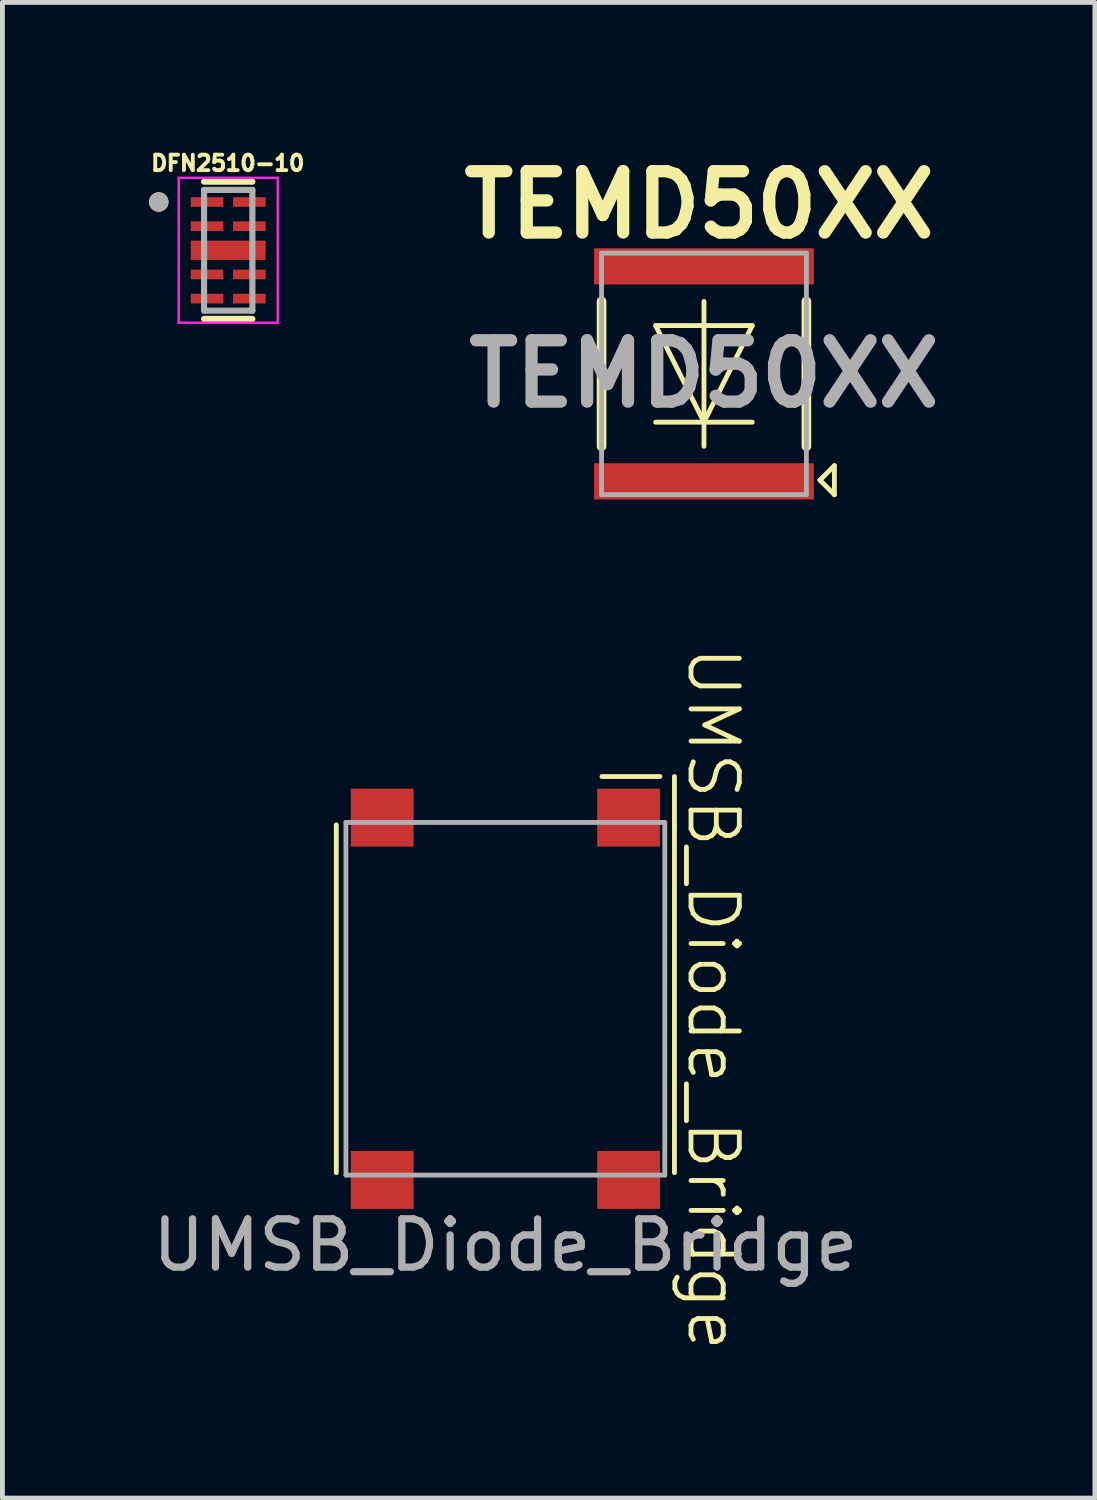
<source format=kicad_pcb>
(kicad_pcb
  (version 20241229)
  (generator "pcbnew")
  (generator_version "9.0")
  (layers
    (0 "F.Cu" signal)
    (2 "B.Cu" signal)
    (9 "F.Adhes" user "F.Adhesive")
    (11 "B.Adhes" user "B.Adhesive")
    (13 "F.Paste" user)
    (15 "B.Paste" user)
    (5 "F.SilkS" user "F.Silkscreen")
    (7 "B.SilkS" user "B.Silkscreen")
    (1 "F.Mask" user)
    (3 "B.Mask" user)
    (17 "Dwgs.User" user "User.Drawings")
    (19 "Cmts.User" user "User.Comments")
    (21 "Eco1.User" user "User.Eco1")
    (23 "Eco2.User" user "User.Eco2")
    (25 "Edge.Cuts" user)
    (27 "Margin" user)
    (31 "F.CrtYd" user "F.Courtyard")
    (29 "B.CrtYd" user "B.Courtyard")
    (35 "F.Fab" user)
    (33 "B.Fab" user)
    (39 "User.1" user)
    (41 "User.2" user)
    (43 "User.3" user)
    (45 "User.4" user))
  (footprint "DFN2510-10"
    (layer "F.Cu")
    (at 1.674 2.131)
    (property "Reference" "DFN2510-10" (at -0.009 -1.803 0) (layer "F.SilkS") (effects (font (size 0.32 0.32) (thickness 0.15))))
    (attr smd)
    (fp_line (start -0.5 -1.42) (end 0.5 -1.42) (stroke (width 0.127) (type solid)) (layer "F.SilkS"))
    (fp_line (start 0.5 1.42) (end -0.5 1.42) (stroke (width 0.127) (type solid)) (layer "F.SilkS"))
    (fp_circle (center -1.438 -1) (end -1.337 -1) (stroke (width 0.2) (type solid)) (fill no) (layer "F.SilkS"))
    (fp_line (start -1.025 -1.5) (end -1.025 1.5) (stroke (width 0.05) (type solid)) (layer "F.CrtYd"))
    (fp_line (start -1.025 1.5) (end 1.025 1.5) (stroke (width 0.05) (type solid)) (layer "F.CrtYd"))
    (fp_line (start 1.025 -1.5) (end -1.025 -1.5) (stroke (width 0.05) (type solid)) (layer "F.CrtYd"))
    (fp_line (start 1.025 1.5) (end 1.025 -1.5) (stroke (width 0.05) (type solid)) (layer "F.CrtYd"))
    (fp_line (start -0.5 -1.25) (end 0.5 -1.25) (stroke (width 0.127) (type solid)) (layer "F.Fab"))
    (fp_line (start -0.5 1.25) (end -0.5 -1.25) (stroke (width 0.127) (type solid)) (layer "F.Fab"))
    (fp_line (start 0.5 -1.25) (end 0.5 1.25) (stroke (width 0.127) (type solid)) (layer "F.Fab"))
    (fp_line (start 0.5 1.25) (end -0.5 1.25) (stroke (width 0.127) (type solid)) (layer "F.Fab"))
    (fp_circle (center -1.438 -1) (end -1.337 -1) (stroke (width 0.2) (type solid)) (fill no) (layer "F.Fab"))
    (pad "1" smd rect (at -0.438 -1) (size 0.675 0.2) (layers "F.Cu" "F.Mask" "F.Paste"))
    (pad "2" smd rect (at -0.438 -0.5) (size 0.675 0.2) (layers "F.Cu" "F.Mask" "F.Paste"))
    (pad "3_8" smd rect (at 0 0) (size 1.55 0.4) (layers "F.Cu" "F.Mask" "F.Paste"))
    (pad "4" smd rect (at -0.438 0.5) (size 0.675 0.2) (layers "F.Cu" "F.Mask" "F.Paste"))
    (pad "5" smd rect (at -0.438 1) (size 0.675 0.2) (layers "F.Cu" "F.Mask" "F.Paste"))
    (pad "6" smd rect (at 0.438 1) (size 0.675 0.2) (layers "F.Cu" "F.Mask" "F.Paste"))
    (pad "7" smd rect (at 0.438 0.5) (size 0.675 0.2) (layers "F.Cu" "F.Mask" "F.Paste"))
    (pad "9" smd rect (at 0.438 -0.5) (size 0.675 0.2) (layers "F.Cu" "F.Mask" "F.Paste"))
    (pad "10" smd rect (at 0.438 -1) (size 0.675 0.2) (layers "F.Cu" "F.Mask" "F.Paste")))
  (footprint "TEMD50XX"
    (layer "F.Cu")
    (at 11.522 4.689)
    (property "Reference" "TEMD50XX" (at -0.1 -3.5 0) (layer "F.SilkS") (effects (font (size 1.27 1.27) (thickness 0.254))))
    (attr smd)
    (fp_line (start -2.12 -1.5) (end -2.12 1.5) (stroke (width 0.2) (type solid)) (layer "F.SilkS"))
    (fp_line (start -1 -1) (end 1 -1) (stroke (width 0.1) (type default)) (layer "F.SilkS"))
    (fp_line (start -1 1) (end 1 1) (stroke (width 0.1) (type default)) (layer "F.SilkS"))
    (fp_line (start 0 -1) (end 0 -1.5) (stroke (width 0.1) (type default)) (layer "F.SilkS"))
    (fp_line (start 0 1) (end -1 -1) (stroke (width 0.1) (type default)) (layer "F.SilkS"))
    (fp_line (start 0 1) (end 0 -1) (stroke (width 0.1) (type default)) (layer "F.SilkS"))
    (fp_line (start 0 1) (end 0 1.5) (stroke (width 0.1) (type default)) (layer "F.SilkS"))
    (fp_line (start 1 -1) (end 0 1) (stroke (width 0.1) (type default)) (layer "F.SilkS"))
    (fp_line (start 2.12 -1.5) (end 2.12 1.5) (stroke (width 0.2) (type solid)) (layer "F.SilkS"))
    (fp_line (start 2.4 2.2) (end 2.7 1.9) (stroke (width 0.1) (type default)) (layer "F.SilkS"))
    (fp_line (start 2.7 1.9) (end 2.7 2.5) (stroke (width 0.1) (type default)) (layer "F.SilkS"))
    (fp_line (start 2.7 2.5) (end 2.4 2.2) (stroke (width 0.1) (type default)) (layer "F.SilkS"))
    (fp_line (start -2.12 -2.5) (end 2.12 -2.5) (stroke (width 0.1) (type solid)) (layer "F.Fab"))
    (fp_line (start -2.12 2.5) (end -2.12 -2.5) (stroke (width 0.1) (type solid)) (layer "F.Fab"))
    (fp_line (start 2.12 -2.5) (end 2.12 2.5) (stroke (width 0.1) (type solid)) (layer "F.Fab"))
    (fp_line (start 2.12 2.5) (end -2.12 2.5) (stroke (width 0.1) (type solid)) (layer "F.Fab"))
    (fp_text user "${REFERENCE}" (at 0 0 0) (layer "F.Fab") (effects (font (size 1.27 1.27) (thickness 0.254))))
    (pad "1" smd rect (at 0 2.225 90) (size 0.75 4.55) (layers "F.Cu" "F.Mask" "F.Paste"))
    (pad "2" smd rect (at 0 -2.225 90) (size 0.75 4.55) (layers "F.Cu" "F.Mask" "F.Paste")))
  (footprint "UMSB_Diode_Bridge"
    (layer "F.Cu")
    (at 7.411 17.624)
    (property "Reference" "UMSB_Diode_Bridge" (at 4.3 0 270) (unlocked yes) (layer "F.SilkS") (effects (font (size 1 1) (thickness 0.1))))
    (attr smd)
    (fp_line (start -3.5 -3.6) (end -3.5 3.6) (stroke (width 0.1) (type default)) (layer "F.SilkS"))
    (fp_line (start 2 -4.6) (end 3.2 -4.6) (stroke (width 0.1) (type default)) (layer "F.SilkS"))
    (fp_line (start 3.5 -4.6) (end 3.5 -3.6) (stroke (width 0.1) (type default)) (layer "F.SilkS"))
    (fp_line (start 3.5 -3.6) (end 3.5 3.6) (stroke (width 0.1) (type default)) (layer "F.SilkS"))
    (fp_line (start -3.3 -3.65) (end -3.3 3.65) (stroke (width 0.1) (type default)) (layer "F.Fab"))
    (fp_line (start -3.3 -3.65) (end 3.3 -3.65) (stroke (width 0.1) (type default)) (layer "F.Fab"))
    (fp_line (start -3.3 3.65) (end 3.3 3.65) (stroke (width 0.1) (type default)) (layer "F.Fab"))
    (fp_line (start 3.3 -3.65) (end 3.3 3.65) (stroke (width 0.1) (type default)) (layer "F.Fab"))
    (fp_text user "${REFERENCE}" (at 0 5.1 0) (unlocked yes) (layer "F.Fab") (effects (font (size 1 1) (thickness 0.15))))
    (pad "1" smd rect (at 2.55 -3.75) (size 1.3 1.2) (layers "F.Cu" "F.Mask" "F.Paste"))
    (pad "2" smd rect (at 2.55 3.75) (size 1.3 1.2) (layers "F.Cu" "F.Mask" "F.Paste"))
    (pad "3" smd rect (at -2.55 -3.75) (size 1.3 1.2) (layers "F.Cu" "F.Mask" "F.Paste"))
    (pad "4" smd rect (at -2.55 3.75) (size 1.3 1.2) (layers "F.Cu" "F.Mask" "F.Paste")))
  (gr_rect
    (start -3 -3)
    (end 19.614 27.96)
    (stroke (width 0.1) (type default))
    (fill no)
    (layer "Edge.Cuts")))
</source>
